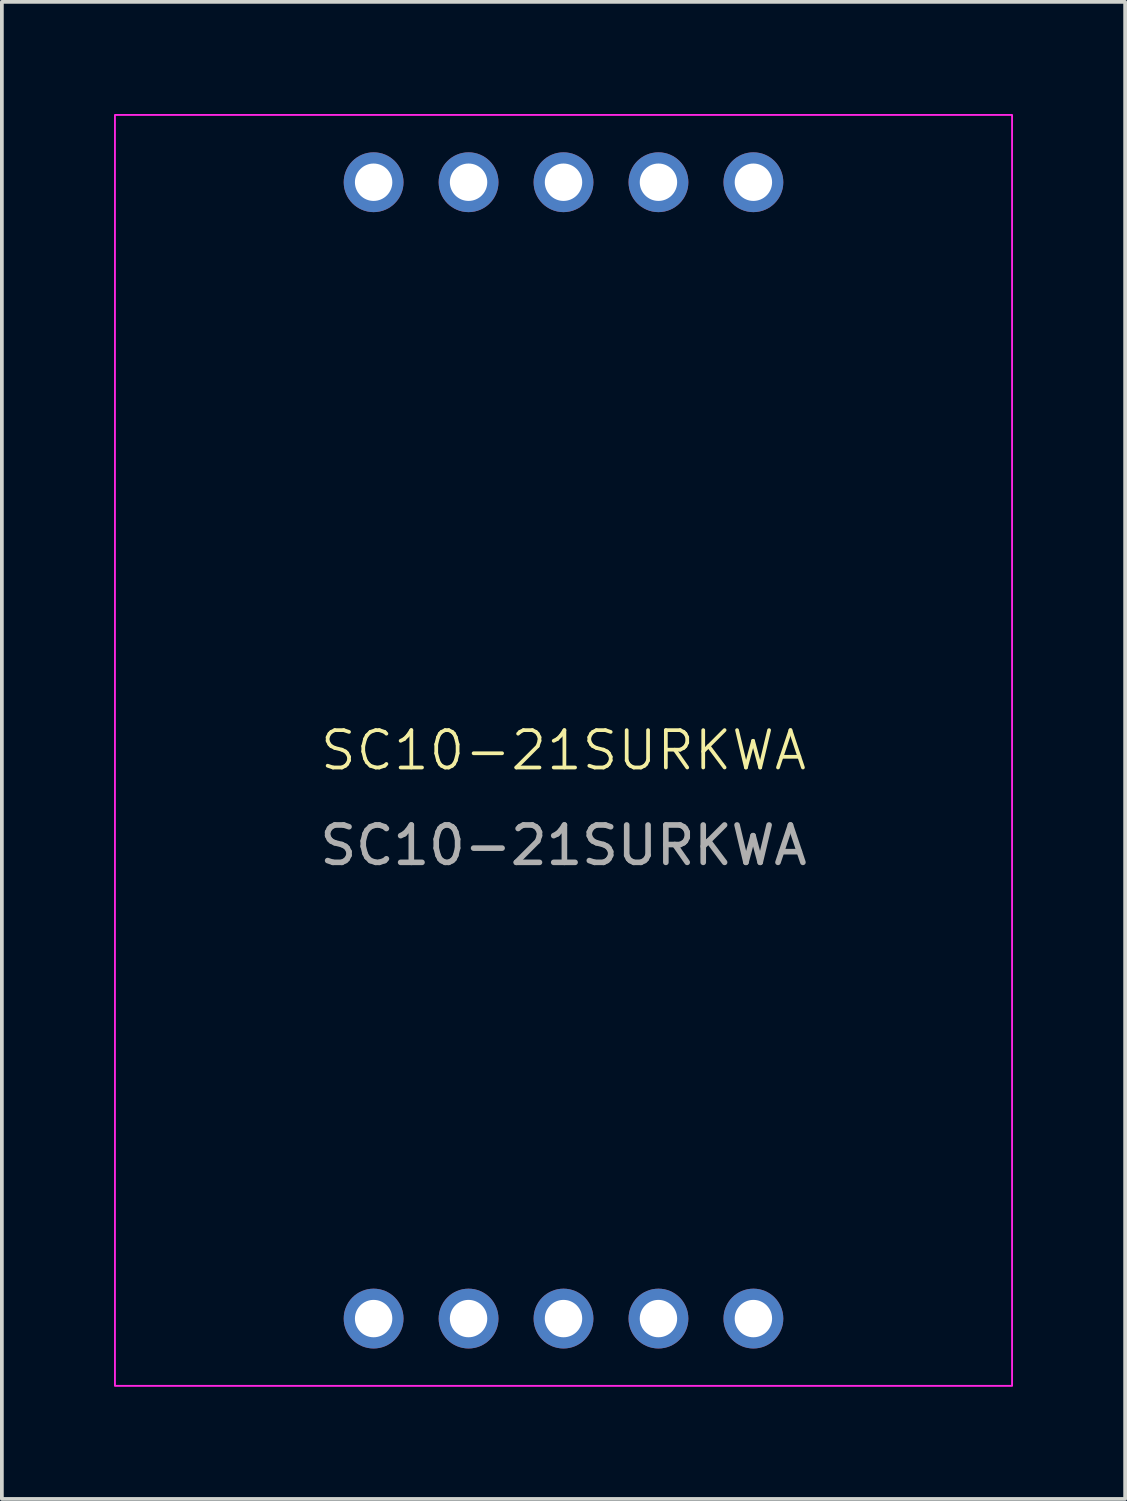
<source format=kicad_pcb>
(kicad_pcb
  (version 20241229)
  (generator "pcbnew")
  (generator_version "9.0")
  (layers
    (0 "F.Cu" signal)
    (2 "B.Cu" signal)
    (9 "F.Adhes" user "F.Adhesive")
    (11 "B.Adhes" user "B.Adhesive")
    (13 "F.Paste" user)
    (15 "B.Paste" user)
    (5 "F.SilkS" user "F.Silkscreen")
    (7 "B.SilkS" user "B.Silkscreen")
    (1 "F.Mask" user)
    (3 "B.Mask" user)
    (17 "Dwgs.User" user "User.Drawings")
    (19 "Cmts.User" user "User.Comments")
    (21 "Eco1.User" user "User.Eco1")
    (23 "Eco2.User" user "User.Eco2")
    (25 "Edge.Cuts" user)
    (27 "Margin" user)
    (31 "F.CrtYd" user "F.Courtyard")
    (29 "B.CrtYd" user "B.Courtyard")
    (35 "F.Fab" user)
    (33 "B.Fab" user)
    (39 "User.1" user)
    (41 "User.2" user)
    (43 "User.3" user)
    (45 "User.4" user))
  (footprint "SC10-21SURKWA"
    (layer "F.Cu")
    (at 12.025 17.025)
    (property "Reference" "SC10-21SURKWA" (at 0 0 0) (unlocked yes) (layer "F.SilkS") (effects (font (size 1 1) (thickness 0.1))))
    (attr through_hole)
    (fp_rect (start -12 -17) (end 12 17) (stroke (width 0.05) (type solid)) (fill no) (layer "F.CrtYd"))
    (fp_text user "${REFERENCE}" (at 0 2.54 0) (unlocked yes) (layer "F.Fab") (effects (font (size 1 1) (thickness 0.15))))
    (pad "1" thru_hole circle (at -5.08 15.2) (size 1.6 1.6) (drill 1) (layers "*.Cu" "*.Mask"))
    (pad "2" thru_hole circle (at -2.54 15.2) (size 1.6 1.6) (drill 1) (layers "*.Cu" "*.Mask"))
    (pad "3" thru_hole circle (at 0 15.2) (size 1.6 1.6) (drill 1) (layers "*.Cu" "*.Mask"))
    (pad "4" thru_hole circle (at 2.54 15.2) (size 1.6 1.6) (drill 1) (layers "*.Cu" "*.Mask"))
    (pad "5" thru_hole circle (at 5.08 15.2) (size 1.6 1.6) (drill 1) (layers "*.Cu" "*.Mask"))
    (pad "6" thru_hole circle (at 5.08 -15.2) (size 1.6 1.6) (drill 1) (layers "*.Cu" "*.Mask"))
    (pad "7" thru_hole circle (at 2.54 -15.2) (size 1.6 1.6) (drill 1) (layers "*.Cu" "*.Mask"))
    (pad "8" thru_hole circle (at 0 -15.2) (size 1.6 1.6) (drill 1) (layers "*.Cu" "*.Mask"))
    (pad "9" thru_hole circle (at -2.54 -15.2) (size 1.6 1.6) (drill 1) (layers "*.Cu" "*.Mask"))
    (pad "10" thru_hole circle (at -5.08 -15.2) (size 1.6 1.6) (drill 1) (layers "*.Cu" "*.Mask")))
  (gr_rect
    (start -3 -3)
    (end 27.05 37.05)
    (stroke (width 0.1) (type default))
    (fill no)
    (layer "Edge.Cuts")))
</source>
